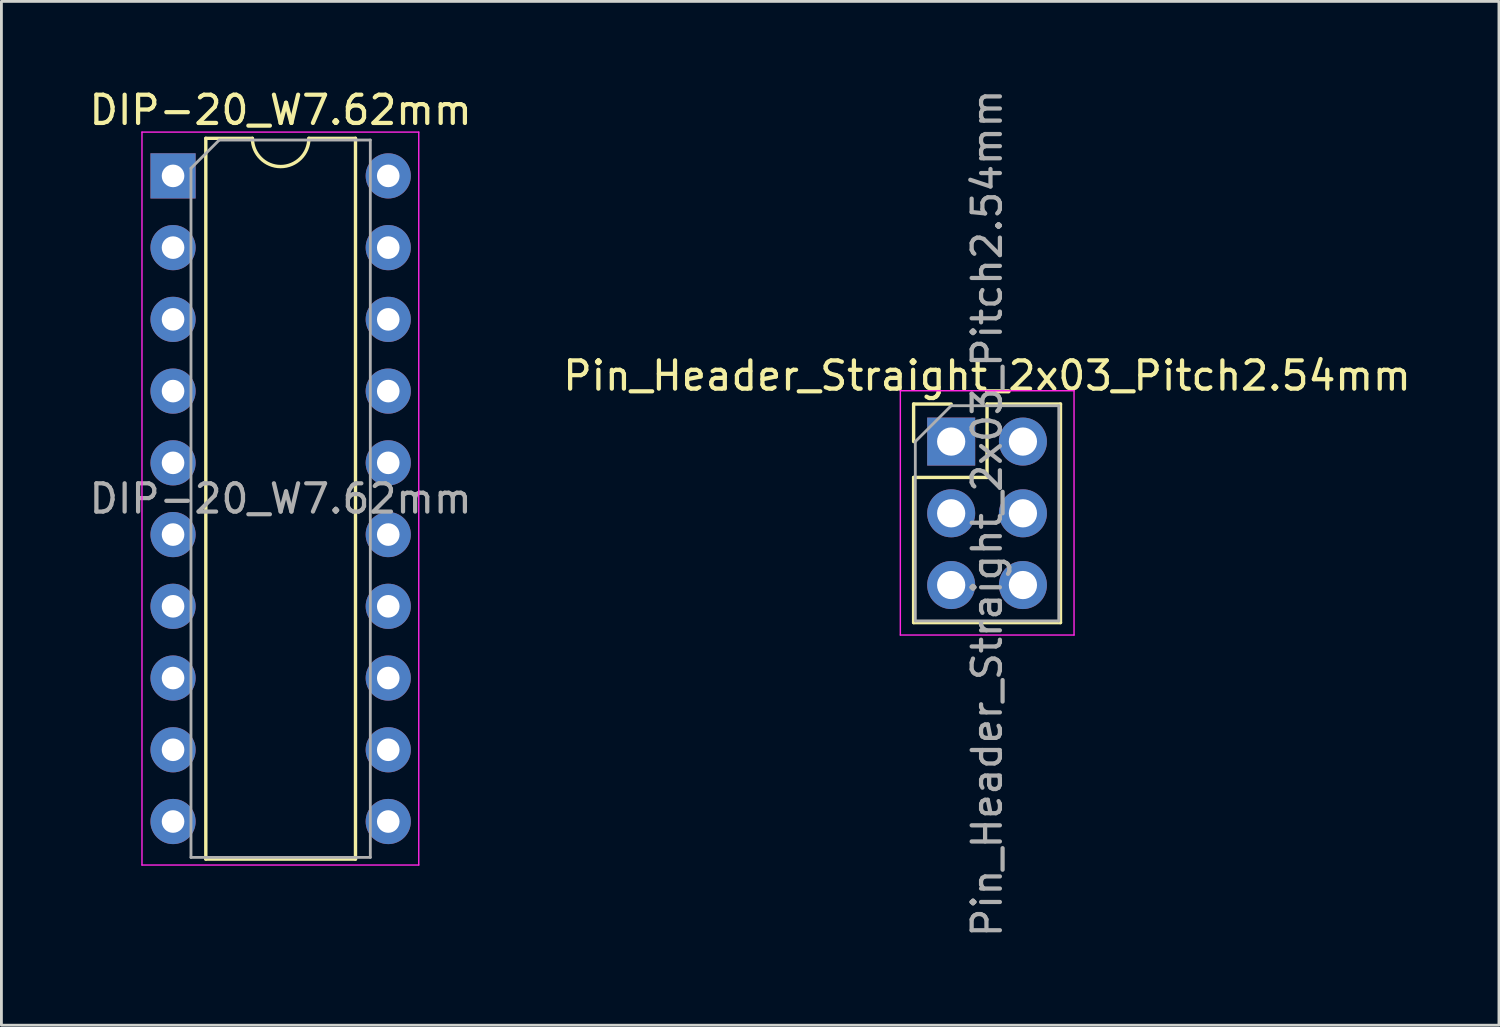
<source format=kicad_pcb>
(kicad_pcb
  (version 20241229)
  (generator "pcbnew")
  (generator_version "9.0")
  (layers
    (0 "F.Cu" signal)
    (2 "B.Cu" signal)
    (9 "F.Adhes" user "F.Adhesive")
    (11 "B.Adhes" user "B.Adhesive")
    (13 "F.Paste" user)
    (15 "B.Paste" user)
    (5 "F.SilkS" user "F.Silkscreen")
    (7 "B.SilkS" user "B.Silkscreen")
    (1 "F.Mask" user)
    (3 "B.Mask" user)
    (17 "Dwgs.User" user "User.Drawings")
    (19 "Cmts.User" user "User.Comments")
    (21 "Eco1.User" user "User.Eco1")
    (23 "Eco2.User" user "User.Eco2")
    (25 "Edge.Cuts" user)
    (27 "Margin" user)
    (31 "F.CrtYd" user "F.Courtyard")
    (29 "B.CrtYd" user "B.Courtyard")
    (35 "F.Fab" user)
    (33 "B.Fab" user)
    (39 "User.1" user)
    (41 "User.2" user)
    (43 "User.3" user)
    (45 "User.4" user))
  (footprint "DIP-20_W7.62mm"
    (layer "F.Cu")
    (at 3.077 3.178)
    (property "Reference" "DIP-20_W7.62mm" (at 3.81 -2.33 0) (layer "F.SilkS") (effects (font (size 1 1) (thickness 0.15))))
    (attr through_hole)
    (fp_line (start 1.16 -1.33) (end 1.16 24.19) (stroke (width 0.12) (type solid)) (layer "F.SilkS"))
    (fp_line (start 1.16 24.19) (end 6.46 24.19) (stroke (width 0.12) (type solid)) (layer "F.SilkS"))
    (fp_line (start 2.81 -1.33) (end 1.16 -1.33) (stroke (width 0.12) (type solid)) (layer "F.SilkS"))
    (fp_line (start 6.46 -1.33) (end 4.81 -1.33) (stroke (width 0.12) (type solid)) (layer "F.SilkS"))
    (fp_line (start 6.46 24.19) (end 6.46 -1.33) (stroke (width 0.12) (type solid)) (layer "F.SilkS"))
    (fp_arc (start 4.81 -1.33) (mid 3.81 -0.33) (end 2.81 -1.33) (stroke (width 0.12) (type solid)) (layer "F.SilkS"))
    (fp_line (start -1.1 -1.55) (end -1.1 24.4) (stroke (width 0.05) (type solid)) (layer "F.CrtYd"))
    (fp_line (start -1.1 24.4) (end 8.7 24.4) (stroke (width 0.05) (type solid)) (layer "F.CrtYd"))
    (fp_line (start 8.7 -1.55) (end -1.1 -1.55) (stroke (width 0.05) (type solid)) (layer "F.CrtYd"))
    (fp_line (start 8.7 24.4) (end 8.7 -1.55) (stroke (width 0.05) (type solid)) (layer "F.CrtYd"))
    (fp_line (start 0.635 -0.27) (end 1.635 -1.27) (stroke (width 0.1) (type solid)) (layer "F.Fab"))
    (fp_line (start 0.635 24.13) (end 0.635 -0.27) (stroke (width 0.1) (type solid)) (layer "F.Fab"))
    (fp_line (start 1.635 -1.27) (end 6.985 -1.27) (stroke (width 0.1) (type solid)) (layer "F.Fab"))
    (fp_line (start 6.985 -1.27) (end 6.985 24.13) (stroke (width 0.1) (type solid)) (layer "F.Fab"))
    (fp_line (start 6.985 24.13) (end 0.635 24.13) (stroke (width 0.1) (type solid)) (layer "F.Fab"))
    (fp_text user "${REFERENCE}" (at 3.81 11.43 0) (layer "F.Fab") (effects (font (size 1 1) (thickness 0.15))))
    (pad "1" thru_hole rect (at 0 0) (size 1.6 1.6) (drill 0.8) (layers "*.Cu" "*.Mask"))
    (pad "2" thru_hole oval (at 0 2.54) (size 1.6 1.6) (drill 0.8) (layers "*.Cu" "*.Mask"))
    (pad "3" thru_hole oval (at 0 5.08) (size 1.6 1.6) (drill 0.8) (layers "*.Cu" "*.Mask"))
    (pad "4" thru_hole oval (at 0 7.62) (size 1.6 1.6) (drill 0.8) (layers "*.Cu" "*.Mask"))
    (pad "5" thru_hole oval (at 0 10.16) (size 1.6 1.6) (drill 0.8) (layers "*.Cu" "*.Mask"))
    (pad "6" thru_hole oval (at 0 12.7) (size 1.6 1.6) (drill 0.8) (layers "*.Cu" "*.Mask"))
    (pad "7" thru_hole oval (at 0 15.24) (size 1.6 1.6) (drill 0.8) (layers "*.Cu" "*.Mask"))
    (pad "8" thru_hole oval (at 0 17.78) (size 1.6 1.6) (drill 0.8) (layers "*.Cu" "*.Mask"))
    (pad "9" thru_hole oval (at 0 20.32) (size 1.6 1.6) (drill 0.8) (layers "*.Cu" "*.Mask"))
    (pad "10" thru_hole oval (at 0 22.86) (size 1.6 1.6) (drill 0.8) (layers "*.Cu" "*.Mask"))
    (pad "11" thru_hole oval (at 7.62 22.86) (size 1.6 1.6) (drill 0.8) (layers "*.Cu" "*.Mask"))
    (pad "12" thru_hole oval (at 7.62 20.32) (size 1.6 1.6) (drill 0.8) (layers "*.Cu" "*.Mask"))
    (pad "13" thru_hole oval (at 7.62 17.78) (size 1.6 1.6) (drill 0.8) (layers "*.Cu" "*.Mask"))
    (pad "14" thru_hole oval (at 7.62 15.24) (size 1.6 1.6) (drill 0.8) (layers "*.Cu" "*.Mask"))
    (pad "15" thru_hole oval (at 7.62 12.7) (size 1.6 1.6) (drill 0.8) (layers "*.Cu" "*.Mask"))
    (pad "16" thru_hole oval (at 7.62 10.16) (size 1.6 1.6) (drill 0.8) (layers "*.Cu" "*.Mask"))
    (pad "17" thru_hole oval (at 7.62 7.62) (size 1.6 1.6) (drill 0.8) (layers "*.Cu" "*.Mask"))
    (pad "18" thru_hole oval (at 7.62 5.08) (size 1.6 1.6) (drill 0.8) (layers "*.Cu" "*.Mask"))
    (pad "19" thru_hole oval (at 7.62 2.54) (size 1.6 1.6) (drill 0.8) (layers "*.Cu" "*.Mask"))
    (pad "20" thru_hole oval (at 7.62 0) (size 1.6 1.6) (drill 0.8) (layers "*.Cu" "*.Mask")))
  (footprint "Pin_Header_Straight_2x03_Pitch2.54mm"
    (layer "F.Cu")
    (at 30.629 12.585)
    (property "Reference" "Pin_Header_Straight_2x03_Pitch2.54mm" (at 1.27 -2.33 0) (layer "F.SilkS") (effects (font (size 1 1) (thickness 0.15))))
    (attr through_hole)
    (fp_line (start -1.33 -1.33) (end 0 -1.33) (stroke (width 0.12) (type solid)) (layer "F.SilkS"))
    (fp_line (start -1.33 0) (end -1.33 -1.33) (stroke (width 0.12) (type solid)) (layer "F.SilkS"))
    (fp_line (start -1.33 1.27) (end -1.33 6.41) (stroke (width 0.12) (type solid)) (layer "F.SilkS"))
    (fp_line (start -1.33 1.27) (end 1.27 1.27) (stroke (width 0.12) (type solid)) (layer "F.SilkS"))
    (fp_line (start -1.33 6.41) (end 3.87 6.41) (stroke (width 0.12) (type solid)) (layer "F.SilkS"))
    (fp_line (start 1.27 -1.33) (end 3.87 -1.33) (stroke (width 0.12) (type solid)) (layer "F.SilkS"))
    (fp_line (start 1.27 1.27) (end 1.27 -1.33) (stroke (width 0.12) (type solid)) (layer "F.SilkS"))
    (fp_line (start 3.87 -1.33) (end 3.87 6.41) (stroke (width 0.12) (type solid)) (layer "F.SilkS"))
    (fp_line (start -1.8 -1.8) (end -1.8 6.85) (stroke (width 0.05) (type solid)) (layer "F.CrtYd"))
    (fp_line (start -1.8 6.85) (end 4.35 6.85) (stroke (width 0.05) (type solid)) (layer "F.CrtYd"))
    (fp_line (start 4.35 -1.8) (end -1.8 -1.8) (stroke (width 0.05) (type solid)) (layer "F.CrtYd"))
    (fp_line (start 4.35 6.85) (end 4.35 -1.8) (stroke (width 0.05) (type solid)) (layer "F.CrtYd"))
    (fp_line (start -1.27 0) (end 0 -1.27) (stroke (width 0.1) (type solid)) (layer "F.Fab"))
    (fp_line (start -1.27 6.35) (end -1.27 0) (stroke (width 0.1) (type solid)) (layer "F.Fab"))
    (fp_line (start 0 -1.27) (end 3.81 -1.27) (stroke (width 0.1) (type solid)) (layer "F.Fab"))
    (fp_line (start 3.81 -1.27) (end 3.81 6.35) (stroke (width 0.1) (type solid)) (layer "F.Fab"))
    (fp_line (start 3.81 6.35) (end -1.27 6.35) (stroke (width 0.1) (type solid)) (layer "F.Fab"))
    (fp_text user "${REFERENCE}" (at 1.27 2.54 90) (layer "F.Fab") (effects (font (size 1 1) (thickness 0.15))))
    (pad "1" thru_hole rect (at 0 0) (size 1.7 1.7) (drill 1) (layers "*.Cu" "*.Mask"))
    (pad "2" thru_hole oval (at 2.54 0) (size 1.7 1.7) (drill 1) (layers "*.Cu" "*.Mask"))
    (pad "3" thru_hole oval (at 0 2.54) (size 1.7 1.7) (drill 1) (layers "*.Cu" "*.Mask"))
    (pad "4" thru_hole oval (at 2.54 2.54) (size 1.7 1.7) (drill 1) (layers "*.Cu" "*.Mask"))
    (pad "5" thru_hole oval (at 0 5.08) (size 1.7 1.7) (drill 1) (layers "*.Cu" "*.Mask"))
    (pad "6" thru_hole oval (at 2.54 5.08) (size 1.7 1.7) (drill 1) (layers "*.Cu" "*.Mask")))
  (gr_rect
    (start -3 -3)
    (end 50.024 33.25)
    (stroke (width 0.1) (type default))
    (fill no)
    (layer "Edge.Cuts")))
</source>
